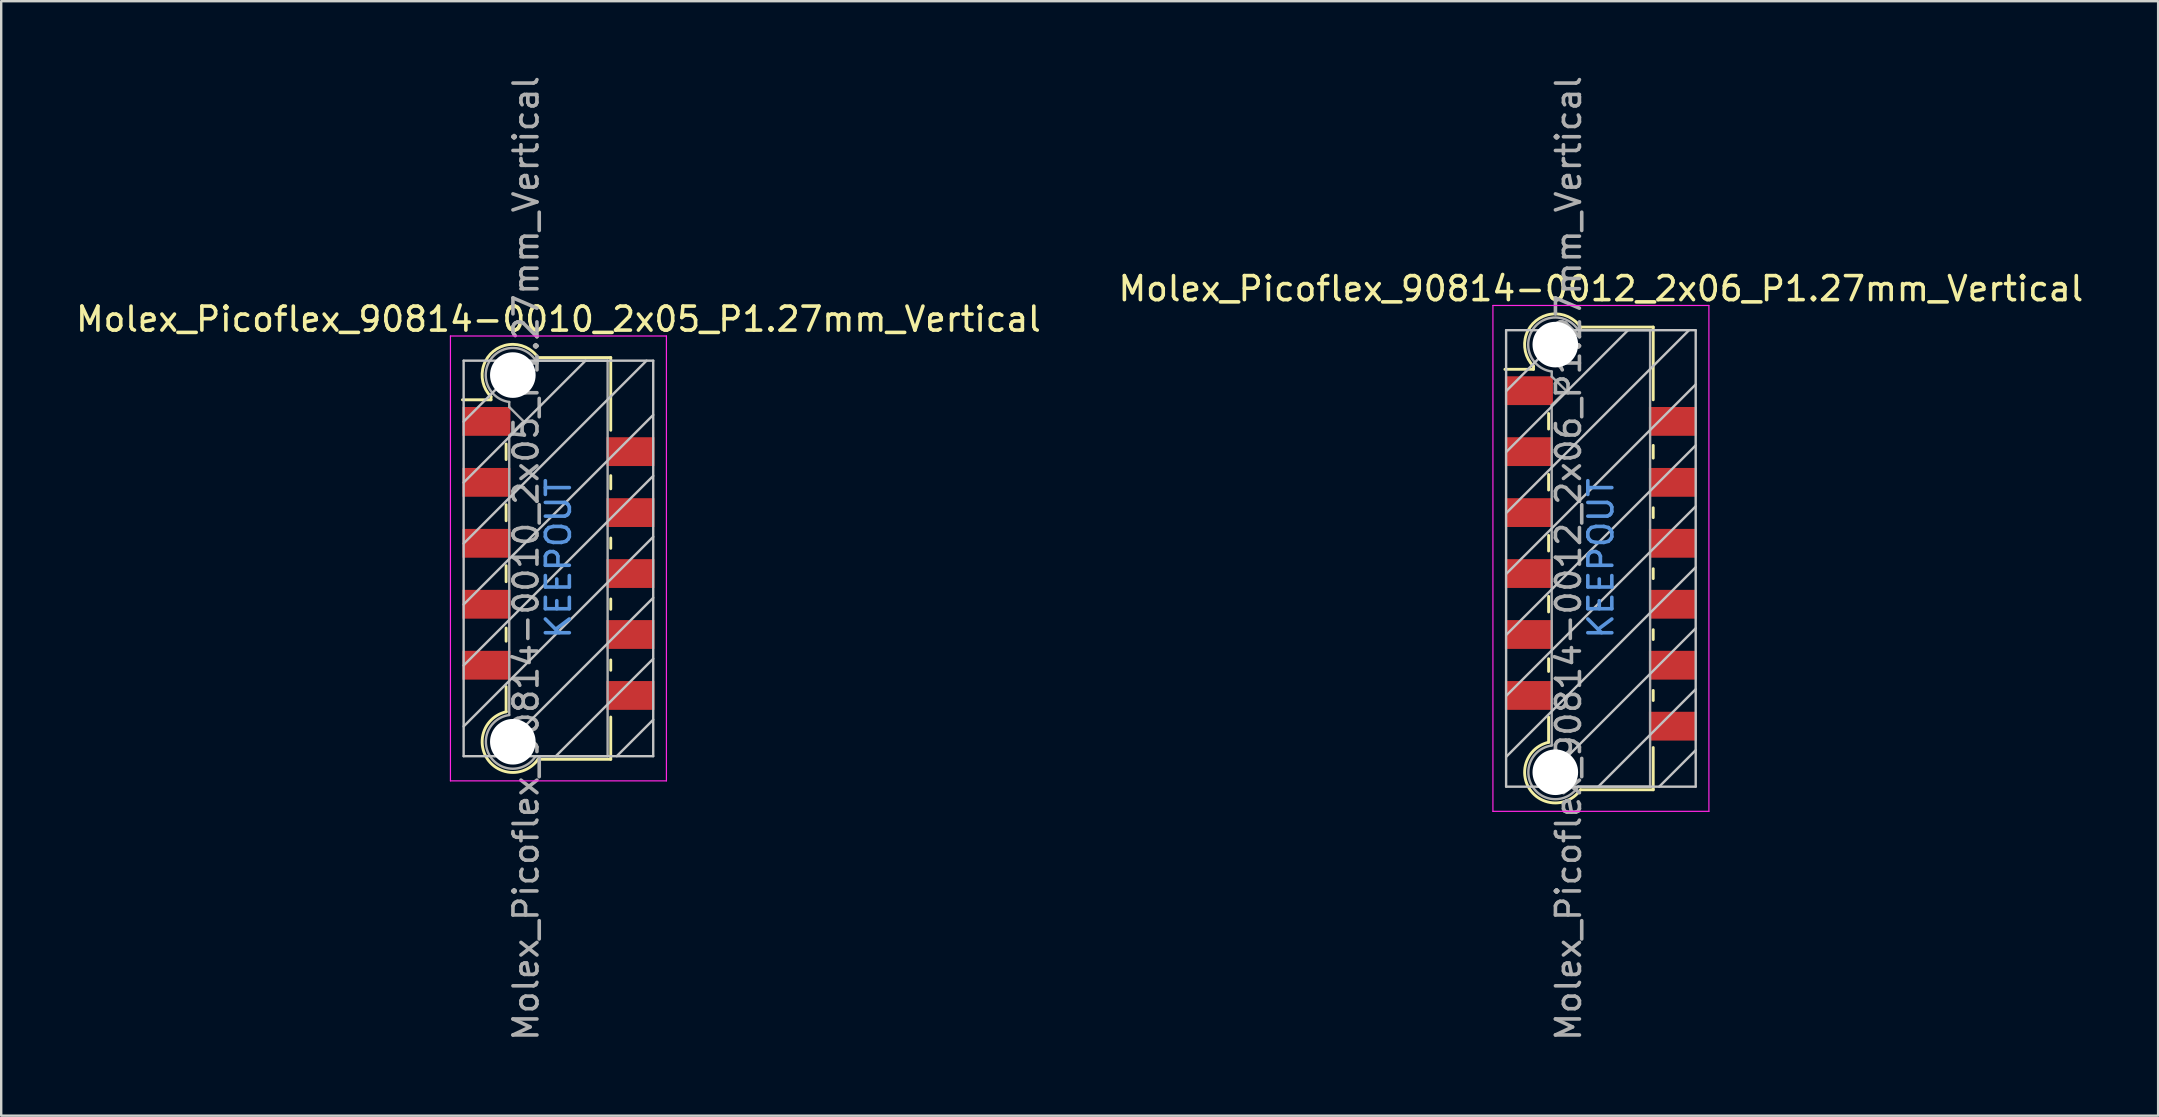
<source format=kicad_pcb>
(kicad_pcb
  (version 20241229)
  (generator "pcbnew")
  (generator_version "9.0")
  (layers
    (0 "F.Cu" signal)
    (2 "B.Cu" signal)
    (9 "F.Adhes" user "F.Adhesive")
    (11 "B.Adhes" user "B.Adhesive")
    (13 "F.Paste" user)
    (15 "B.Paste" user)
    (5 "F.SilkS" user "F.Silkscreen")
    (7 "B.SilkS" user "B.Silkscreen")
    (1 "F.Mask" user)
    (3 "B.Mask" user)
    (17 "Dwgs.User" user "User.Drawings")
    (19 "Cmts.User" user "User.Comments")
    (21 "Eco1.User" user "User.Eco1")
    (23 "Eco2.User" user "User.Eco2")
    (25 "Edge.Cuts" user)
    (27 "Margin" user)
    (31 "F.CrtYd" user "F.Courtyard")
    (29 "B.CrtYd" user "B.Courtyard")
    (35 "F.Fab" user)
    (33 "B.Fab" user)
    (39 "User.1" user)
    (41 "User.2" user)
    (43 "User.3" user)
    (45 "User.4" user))
  (footprint "Molex_Picoflex_90814-0012_2x06_P1.27mm_Vertical"
    (layer "F.Cu")
    (at 63.661 20.22)
    (property "Reference" "Molex_Picoflex_90814-0012_2x06_P1.27mm_Vertical" (at 0 -11.24 0) (layer "F.SilkS") (effects (font (size 1 1) (thickness 0.15))))
    (attr smd)
    (fp_line (start -2.81 -8.01) (end -2.81 -7.88) (stroke (width 0.12) (type solid)) (layer "F.SilkS"))
    (fp_line (start -2.81 -7.88) (end -4 -7.88) (stroke (width 0.12) (type solid)) (layer "F.SilkS"))
    (fp_line (start -2.18 -5.39) (end -2.18 -6.04) (stroke (width 0.12) (type solid)) (layer "F.SilkS"))
    (fp_line (start -2.18 -2.85) (end -2.18 -3.5) (stroke (width 0.12) (type solid)) (layer "F.SilkS"))
    (fp_line (start -2.18 -0.31) (end -2.18 -0.96) (stroke (width 0.12) (type solid)) (layer "F.SilkS"))
    (fp_line (start -2.18 2.23) (end -2.18 1.58) (stroke (width 0.12) (type solid)) (layer "F.SilkS"))
    (fp_line (start -2.18 4.71) (end -2.18 4.18) (stroke (width 0.12) (type solid)) (layer "F.SilkS"))
    (fp_line (start -2.18 7.66) (end -2.18 6.61) (stroke (width 0.12) (type solid)) (layer "F.SilkS"))
    (fp_line (start 2.18 -9.64) (end -0.82 -9.64) (stroke (width 0.12) (type solid)) (layer "F.SilkS"))
    (fp_line (start 2.18 -9.64) (end 2.18 -6.61) (stroke (width 0.12) (type solid)) (layer "F.SilkS"))
    (fp_line (start 2.18 -4.71) (end 2.18 -4.18) (stroke (width 0.12) (type solid)) (layer "F.SilkS"))
    (fp_line (start 2.18 -2.11) (end 2.18 -1.7) (stroke (width 0.12) (type solid)) (layer "F.SilkS"))
    (fp_line (start 2.18 0.43) (end 2.18 0.84) (stroke (width 0.12) (type solid)) (layer "F.SilkS"))
    (fp_line (start 2.18 2.97) (end 2.18 3.38) (stroke (width 0.12) (type solid)) (layer "F.SilkS"))
    (fp_line (start 2.18 5.5) (end 2.18 5.92) (stroke (width 0.12) (type solid)) (layer "F.SilkS"))
    (fp_line (start 2.18 7.88) (end 2.18 9.64) (stroke (width 0.12) (type solid)) (layer "F.SilkS"))
    (fp_line (start 2.18 9.64) (end -0.85 9.64) (stroke (width 0.12) (type solid)) (layer "F.SilkS"))
    (fp_arc (start -2.81 -8.01) (mid -2.708637 -9.902072) (end -0.834991 -9.619828) (stroke (width 0.12) (type solid)) (layer "F.SilkS"))
    (fp_arc (start -0.85 9.64) (mid -2.962791 9.621249) (end -2.174424 7.660964) (stroke (width 0.12) (type solid)) (layer "F.SilkS"))
    (fp_line (start -3.95 -9.51) (end -3.95 9.51) (stroke (width 0.1) (type solid)) (layer "Dwgs.User"))
    (fp_line (start -3.95 -6.97) (end -1.41 -9.51) (stroke (width 0.1) (type solid)) (layer "Dwgs.User"))
    (fp_line (start -3.95 -4.43) (end 1.13 -9.51) (stroke (width 0.1) (type solid)) (layer "Dwgs.User"))
    (fp_line (start -3.95 -1.89) (end 3.67 -9.51) (stroke (width 0.1) (type solid)) (layer "Dwgs.User"))
    (fp_line (start -3.95 0.65) (end 3.95 -7.25) (stroke (width 0.1) (type solid)) (layer "Dwgs.User"))
    (fp_line (start -3.95 3.19) (end 3.95 -4.71) (stroke (width 0.1) (type solid)) (layer "Dwgs.User"))
    (fp_line (start -3.95 5.73) (end 3.95 -2.17) (stroke (width 0.1) (type solid)) (layer "Dwgs.User"))
    (fp_line (start -3.95 8.27) (end 3.95 0.37) (stroke (width 0.1) (type solid)) (layer "Dwgs.User"))
    (fp_line (start -3.95 9.51) (end 3.95 9.51) (stroke (width 0.1) (type solid)) (layer "Dwgs.User"))
    (fp_line (start -2.65 9.51) (end 3.95 2.91) (stroke (width 0.1) (type solid)) (layer "Dwgs.User"))
    (fp_line (start -0.11 9.51) (end 3.95 5.45) (stroke (width 0.1) (type solid)) (layer "Dwgs.User"))
    (fp_line (start 2.43 9.51) (end 3.95 7.99) (stroke (width 0.1) (type solid)) (layer "Dwgs.User"))
    (fp_line (start 3.95 -9.51) (end -3.95 -9.51) (stroke (width 0.1) (type solid)) (layer "Dwgs.User"))
    (fp_line (start 3.95 9.51) (end 3.95 -9.51) (stroke (width 0.1) (type solid)) (layer "Dwgs.User"))
    (fp_line (start -4.5 -10.54) (end -4.5 10.54) (stroke (width 0.05) (type solid)) (layer "F.CrtYd"))
    (fp_line (start -4.5 10.54) (end 4.5 10.54) (stroke (width 0.05) (type solid)) (layer "F.CrtYd"))
    (fp_line (start 4.5 -10.54) (end -4.5 -10.54) (stroke (width 0.05) (type solid)) (layer "F.CrtYd"))
    (fp_line (start 4.5 10.54) (end 4.5 -10.54) (stroke (width 0.05) (type solid)) (layer "F.CrtYd"))
    (fp_line (start -2.05 -7.58) (end -2.05 -7.79) (stroke (width 0.1) (type solid)) (layer "F.Fab"))
    (fp_line (start -2.05 -6.39) (end -1.45 -6.99) (stroke (width 0.1) (type solid)) (layer "F.Fab"))
    (fp_line (start -2.05 7.79) (end -2.05 -6.39) (stroke (width 0.1) (type solid)) (layer "F.Fab"))
    (fp_line (start -1.45 -6.99) (end -2.05 -7.58) (stroke (width 0.1) (type solid)) (layer "F.Fab"))
    (fp_line (start 2.05 -9.51) (end -0.93 -9.51) (stroke (width 0.1) (type solid)) (layer "F.Fab"))
    (fp_line (start 2.05 -9.51) (end 2.05 9.51) (stroke (width 0.1) (type solid)) (layer "F.Fab"))
    (fp_line (start 2.05 9.51) (end -0.95 9.51) (stroke (width 0.1) (type solid)) (layer "F.Fab"))
    (fp_arc (start -2.05 -7.79) (mid -2.851672 -9.519279) (end -0.945612 -9.515015) (stroke (width 0.1) (type solid)) (layer "F.Fab"))
    (fp_arc (start -0.95 9.51) (mid -2.845272 9.517421) (end -2.051022 7.796585) (stroke (width 0.1) (type solid)) (layer "F.Fab"))
    (fp_text user "KEEPOUT" (at 0 0 90) (layer "Cmts.User") (effects (font (size 1 1) (thickness 0.15))))
    (fp_text user "${REFERENCE}" (at -1.35 0 90) (layer "F.Fab") (effects (font (size 1 1) (thickness 0.15))))
    (pad "" np_thru_hole circle (at -1.9 -8.91) (size 1.9 1.9) (drill 1.9) (layers "*.Cu" "*.Mask"))
    (pad "" np_thru_hole circle (at -1.9 8.91) (size 1.9 1.9) (drill 1.9) (layers "*.Cu" "*.Mask"))
    (pad "1" smd rect (at -3 -6.99) (size 2 1.2) (layers "F.Cu" "F.Mask" "F.Paste"))
    (pad "2" smd rect (at 3 -5.71) (size 2 1.2) (layers "F.Cu" "F.Mask" "F.Paste"))
    (pad "3" smd rect (at -3 -4.45) (size 2 1.2) (layers "F.Cu" "F.Mask" "F.Paste"))
    (pad "4" smd rect (at 3 -3.17) (size 2 1.2) (layers "F.Cu" "F.Mask" "F.Paste"))
    (pad "5" smd rect (at -3 -1.91) (size 2 1.2) (layers "F.Cu" "F.Mask" "F.Paste"))
    (pad "6" smd rect (at 3 -0.63) (size 2 1.2) (layers "F.Cu" "F.Mask" "F.Paste"))
    (pad "7" smd rect (at -3 0.63) (size 2 1.2) (layers "F.Cu" "F.Mask" "F.Paste"))
    (pad "8" smd rect (at 3 1.91) (size 2 1.2) (layers "F.Cu" "F.Mask" "F.Paste"))
    (pad "9" smd rect (at -3 3.17) (size 2 1.2) (layers "F.Cu" "F.Mask" "F.Paste"))
    (pad "10" smd rect (at 3 4.45) (size 2 1.2) (layers "F.Cu" "F.Mask" "F.Paste"))
    (pad "11" smd rect (at -3 5.71) (size 2 1.2) (layers "F.Cu" "F.Mask" "F.Paste"))
    (pad "12" smd rect (at 3 6.99) (size 2 1.2) (layers "F.Cu" "F.Mask" "F.Paste")))
  (footprint "Molex_Picoflex_90814-0010_2x05_P1.27mm_Vertical"
    (layer "F.Cu")
    (at 20.22 20.22)
    (property "Reference" "Molex_Picoflex_90814-0010_2x05_P1.27mm_Vertical" (at 0 -9.97 0) (layer "F.SilkS") (effects (font (size 1 1) (thickness 0.15))))
    (attr smd)
    (fp_line (start -2.81 -6.74) (end -2.81 -6.61) (stroke (width 0.12) (type solid)) (layer "F.SilkS"))
    (fp_line (start -2.81 -6.61) (end -4 -6.61) (stroke (width 0.12) (type solid)) (layer "F.SilkS"))
    (fp_line (start -2.18 -4.12) (end -2.18 -4.77) (stroke (width 0.12) (type solid)) (layer "F.SilkS"))
    (fp_line (start -2.18 -1.57) (end -2.18 -2.24) (stroke (width 0.12) (type solid)) (layer "F.SilkS"))
    (fp_line (start -2.18 0.97) (end -2.18 0.3) (stroke (width 0.12) (type solid)) (layer "F.SilkS"))
    (fp_line (start -2.18 3.45) (end -2.18 2.9) (stroke (width 0.12) (type solid)) (layer "F.SilkS"))
    (fp_line (start -2.18 6.39) (end -2.18 5.34) (stroke (width 0.12) (type solid)) (layer "F.SilkS"))
    (fp_line (start 2.18 -8.37) (end -0.82 -8.37) (stroke (width 0.12) (type solid)) (layer "F.SilkS"))
    (fp_line (start 2.18 -8.37) (end 2.18 -5.34) (stroke (width 0.12) (type solid)) (layer "F.SilkS"))
    (fp_line (start 2.18 -3.45) (end 2.18 -2.9) (stroke (width 0.12) (type solid)) (layer "F.SilkS"))
    (fp_line (start 2.18 -0.85) (end 2.18 -0.42) (stroke (width 0.12) (type solid)) (layer "F.SilkS"))
    (fp_line (start 2.18 1.69) (end 2.18 2.12) (stroke (width 0.12) (type solid)) (layer "F.SilkS"))
    (fp_line (start 2.18 4.23) (end 2.18 4.66) (stroke (width 0.12) (type solid)) (layer "F.SilkS"))
    (fp_line (start 2.18 6.61) (end 2.18 8.37) (stroke (width 0.12) (type solid)) (layer "F.SilkS"))
    (fp_line (start 2.18 8.37) (end -0.85 8.37) (stroke (width 0.12) (type solid)) (layer "F.SilkS"))
    (fp_arc (start -2.81 -6.74) (mid -2.708637 -8.632072) (end -0.834991 -8.349828) (stroke (width 0.12) (type solid)) (layer "F.SilkS"))
    (fp_arc (start -0.85 8.37) (mid -2.962791 8.351249) (end -2.174424 6.390964) (stroke (width 0.12) (type solid)) (layer "F.SilkS"))
    (fp_line (start -3.95 -8.24) (end -3.95 8.24) (stroke (width 0.1) (type solid)) (layer "Dwgs.User"))
    (fp_line (start -3.95 -5.7) (end -1.41 -8.24) (stroke (width 0.1) (type solid)) (layer "Dwgs.User"))
    (fp_line (start -3.95 -3.16) (end 1.13 -8.24) (stroke (width 0.1) (type solid)) (layer "Dwgs.User"))
    (fp_line (start -3.95 -0.62) (end 3.67 -8.24) (stroke (width 0.1) (type solid)) (layer "Dwgs.User"))
    (fp_line (start -3.95 1.92) (end 3.95 -5.98) (stroke (width 0.1) (type solid)) (layer "Dwgs.User"))
    (fp_line (start -3.95 4.46) (end 3.95 -3.44) (stroke (width 0.1) (type solid)) (layer "Dwgs.User"))
    (fp_line (start -3.95 7) (end 3.95 -0.9) (stroke (width 0.1) (type solid)) (layer "Dwgs.User"))
    (fp_line (start -3.95 8.24) (end 3.95 8.24) (stroke (width 0.1) (type solid)) (layer "Dwgs.User"))
    (fp_line (start -2.65 8.24) (end 3.95 1.64) (stroke (width 0.1) (type solid)) (layer "Dwgs.User"))
    (fp_line (start -0.11 8.24) (end 3.95 4.18) (stroke (width 0.1) (type solid)) (layer "Dwgs.User"))
    (fp_line (start 2.43 8.24) (end 3.95 6.72) (stroke (width 0.1) (type solid)) (layer "Dwgs.User"))
    (fp_line (start 3.95 -8.24) (end -3.95 -8.24) (stroke (width 0.1) (type solid)) (layer "Dwgs.User"))
    (fp_line (start 3.95 8.24) (end 3.95 -8.24) (stroke (width 0.1) (type solid)) (layer "Dwgs.User"))
    (fp_line (start -4.5 -9.27) (end -4.5 9.27) (stroke (width 0.05) (type solid)) (layer "F.CrtYd"))
    (fp_line (start -4.5 9.27) (end 4.5 9.27) (stroke (width 0.05) (type solid)) (layer "F.CrtYd"))
    (fp_line (start 4.5 -9.27) (end -4.5 -9.27) (stroke (width 0.05) (type solid)) (layer "F.CrtYd"))
    (fp_line (start 4.5 9.27) (end 4.5 -9.27) (stroke (width 0.05) (type solid)) (layer "F.CrtYd"))
    (fp_line (start -2.05 -6.31) (end -2.05 -6.52) (stroke (width 0.1) (type solid)) (layer "F.Fab"))
    (fp_line (start -2.05 -5.12) (end -1.45 -5.71) (stroke (width 0.1) (type solid)) (layer "F.Fab"))
    (fp_line (start -2.05 6.52) (end -2.05 -5.12) (stroke (width 0.1) (type solid)) (layer "F.Fab"))
    (fp_line (start -1.45 -5.71) (end -2.05 -6.31) (stroke (width 0.1) (type solid)) (layer "F.Fab"))
    (fp_line (start 2.05 -8.24) (end -0.93 -8.24) (stroke (width 0.1) (type solid)) (layer "F.Fab"))
    (fp_line (start 2.05 -8.24) (end 2.05 8.24) (stroke (width 0.1) (type solid)) (layer "F.Fab"))
    (fp_line (start 2.05 8.24) (end -0.95 8.24) (stroke (width 0.1) (type solid)) (layer "F.Fab"))
    (fp_arc (start -2.05 -6.52) (mid -2.851672 -8.249279) (end -0.945612 -8.245015) (stroke (width 0.1) (type solid)) (layer "F.Fab"))
    (fp_arc (start -0.95 8.24) (mid -2.845272 8.247421) (end -2.051022 6.526585) (stroke (width 0.1) (type solid)) (layer "F.Fab"))
    (fp_text user "KEEPOUT" (at 0 0 90) (layer "Cmts.User") (effects (font (size 1 1) (thickness 0.15))))
    (fp_text user "${REFERENCE}" (at -1.35 0 90) (layer "F.Fab") (effects (font (size 1 1) (thickness 0.15))))
    (pad "" np_thru_hole circle (at -1.9 -7.64) (size 1.9 1.9) (drill 1.9) (layers "*.Cu" "*.Mask"))
    (pad "" np_thru_hole circle (at -1.9 7.64) (size 1.9 1.9) (drill 1.9) (layers "*.Cu" "*.Mask"))
    (pad "1" smd rect (at -3 -5.71) (size 2 1.2) (layers "F.Cu" "F.Mask" "F.Paste"))
    (pad "2" smd rect (at 3 -4.45) (size 2 1.2) (layers "F.Cu" "F.Mask" "F.Paste"))
    (pad "3" smd rect (at -3 -3.17) (size 2 1.2) (layers "F.Cu" "F.Mask" "F.Paste"))
    (pad "4" smd rect (at 3 -1.91) (size 2 1.2) (layers "F.Cu" "F.Mask" "F.Paste"))
    (pad "5" smd rect (at -3 -0.63) (size 2 1.2) (layers "F.Cu" "F.Mask" "F.Paste"))
    (pad "6" smd rect (at 3 0.63) (size 2 1.2) (layers "F.Cu" "F.Mask" "F.Paste"))
    (pad "7" smd rect (at -3 1.91) (size 2 1.2) (layers "F.Cu" "F.Mask" "F.Paste"))
    (pad "8" smd rect (at 3 3.17) (size 2 1.2) (layers "F.Cu" "F.Mask" "F.Paste"))
    (pad "9" smd rect (at -3 4.45) (size 2 1.2) (layers "F.Cu" "F.Mask" "F.Paste"))
    (pad "10" smd rect (at 3 5.71) (size 2 1.2) (layers "F.Cu" "F.Mask" "F.Paste")))
  (gr_rect
    (start -3 -3)
    (end 86.881 43.44)
    (stroke (width 0.1) (type default))
    (fill no)
    (layer "Edge.Cuts")))
</source>
